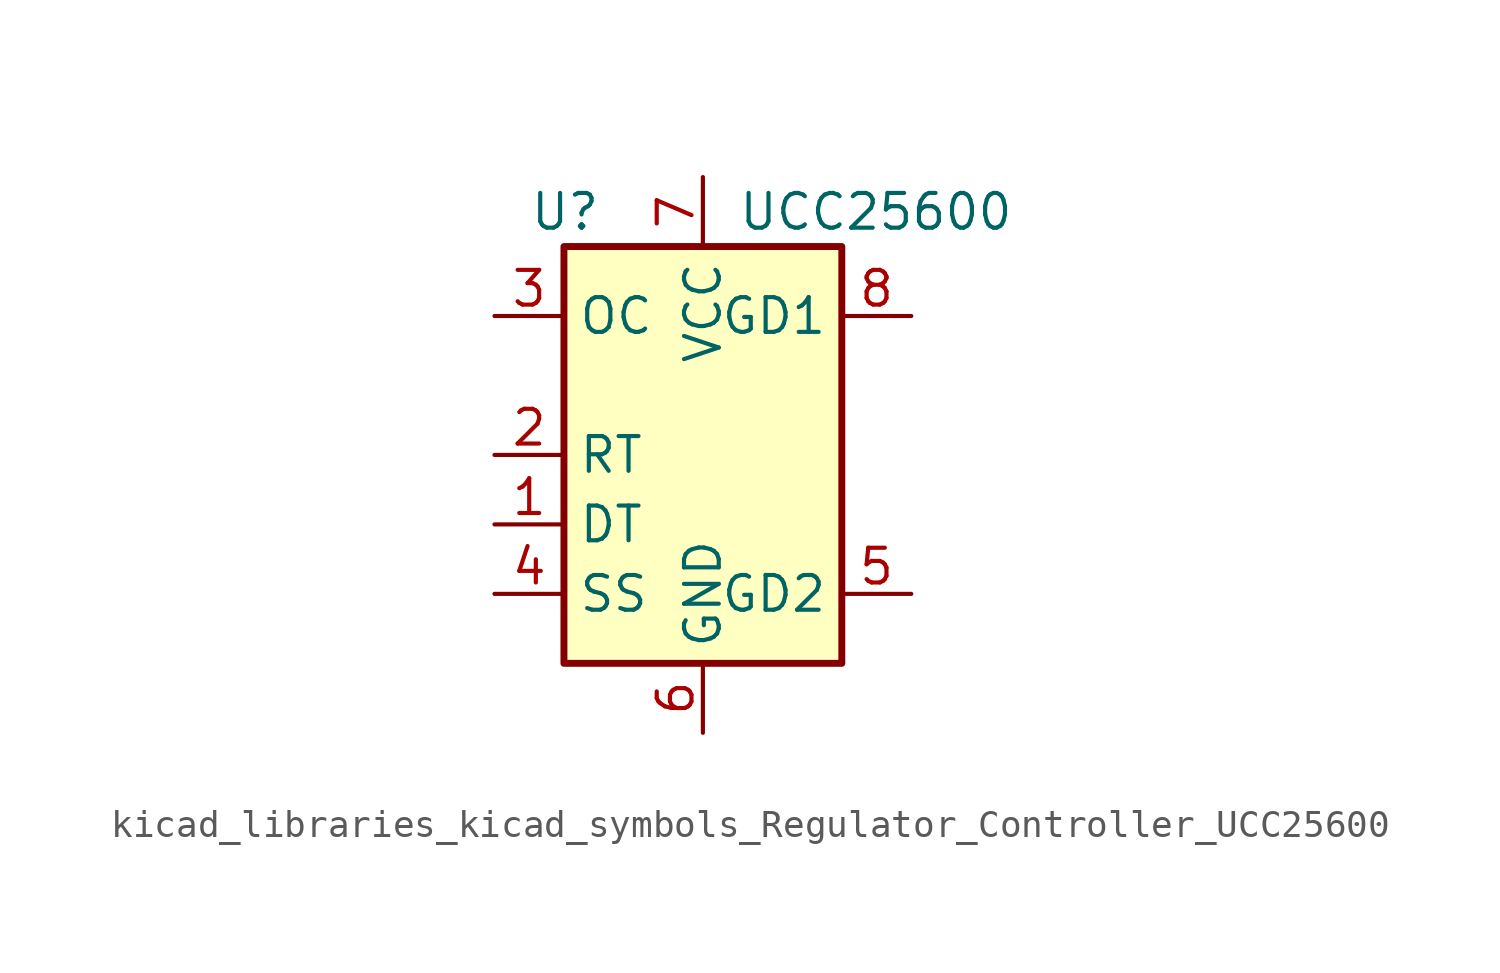
<source format=kicad_sym>
(kicad_symbol_lib
  (version 20220914)
  (generator kicad_symbol_editor)
  (symbol "kicad_libraries_kicad_symbols_Regulator_Controller_UCC25600"
    (property "Reference" "U"
      (at -6.35 8.89 0)
      (effects (font (size 1.27 1.27)) (justify left)))
    (property "Value" "UCC25600"
      (at 1.27 8.89 0)
      (effects (font (size 1.27 1.27)) (justify left)))
    (symbol "kicad_libraries_kicad_symbols_Regulator_Controller_UCC25600_0_0"
      (rectangle (start -5.08 7.62) (end 5.08 -7.62) (stroke (width 0.254) (type default)) (fill (type background))))
    (symbol "kicad_libraries_kicad_symbols_Regulator_Controller_UCC25600_1_1"
      (pin passive line (at -7.62 -2.54 0) (length 2.54) (name "DT" (effects (font (size 1.27 1.27)))) (number "1" (effects (font (size 1.27 1.27)))))
      (pin input line (at -7.62 0 0) (length 2.54) (name "RT" (effects (font (size 1.27 1.27)))) (number "2" (effects (font (size 1.27 1.27)))))
      (pin input line (at -7.62 5.08 0) (length 2.54) (name "OC" (effects (font (size 1.27 1.27)))) (number "3" (effects (font (size 1.27 1.27)))))
      (pin passive line (at -7.62 -5.08 0) (length 2.54) (name "SS" (effects (font (size 1.27 1.27)))) (number "4" (effects (font (size 1.27 1.27)))))
      (pin output line (at 7.62 -5.08 180) (length 2.54) (name "GD2" (effects (font (size 1.27 1.27)))) (number "5" (effects (font (size 1.27 1.27)))))
      (pin power_in line (at 0 -10.16 90) (length 2.54) (name "GND" (effects (font (size 1.27 1.27)))) (number "6" (effects (font (size 1.27 1.27)))))
      (pin power_in line (at 0 10.16 270) (length 2.54) (name "VCC" (effects (font (size 1.27 1.27)))) (number "7" (effects (font (size 1.27 1.27)))))
      (pin output line (at 7.62 5.08 180) (length 2.54) (name "GD1" (effects (font (size 1.27 1.27)))) (number "8" (effects (font (size 1.27 1.27))))))))
</source>
